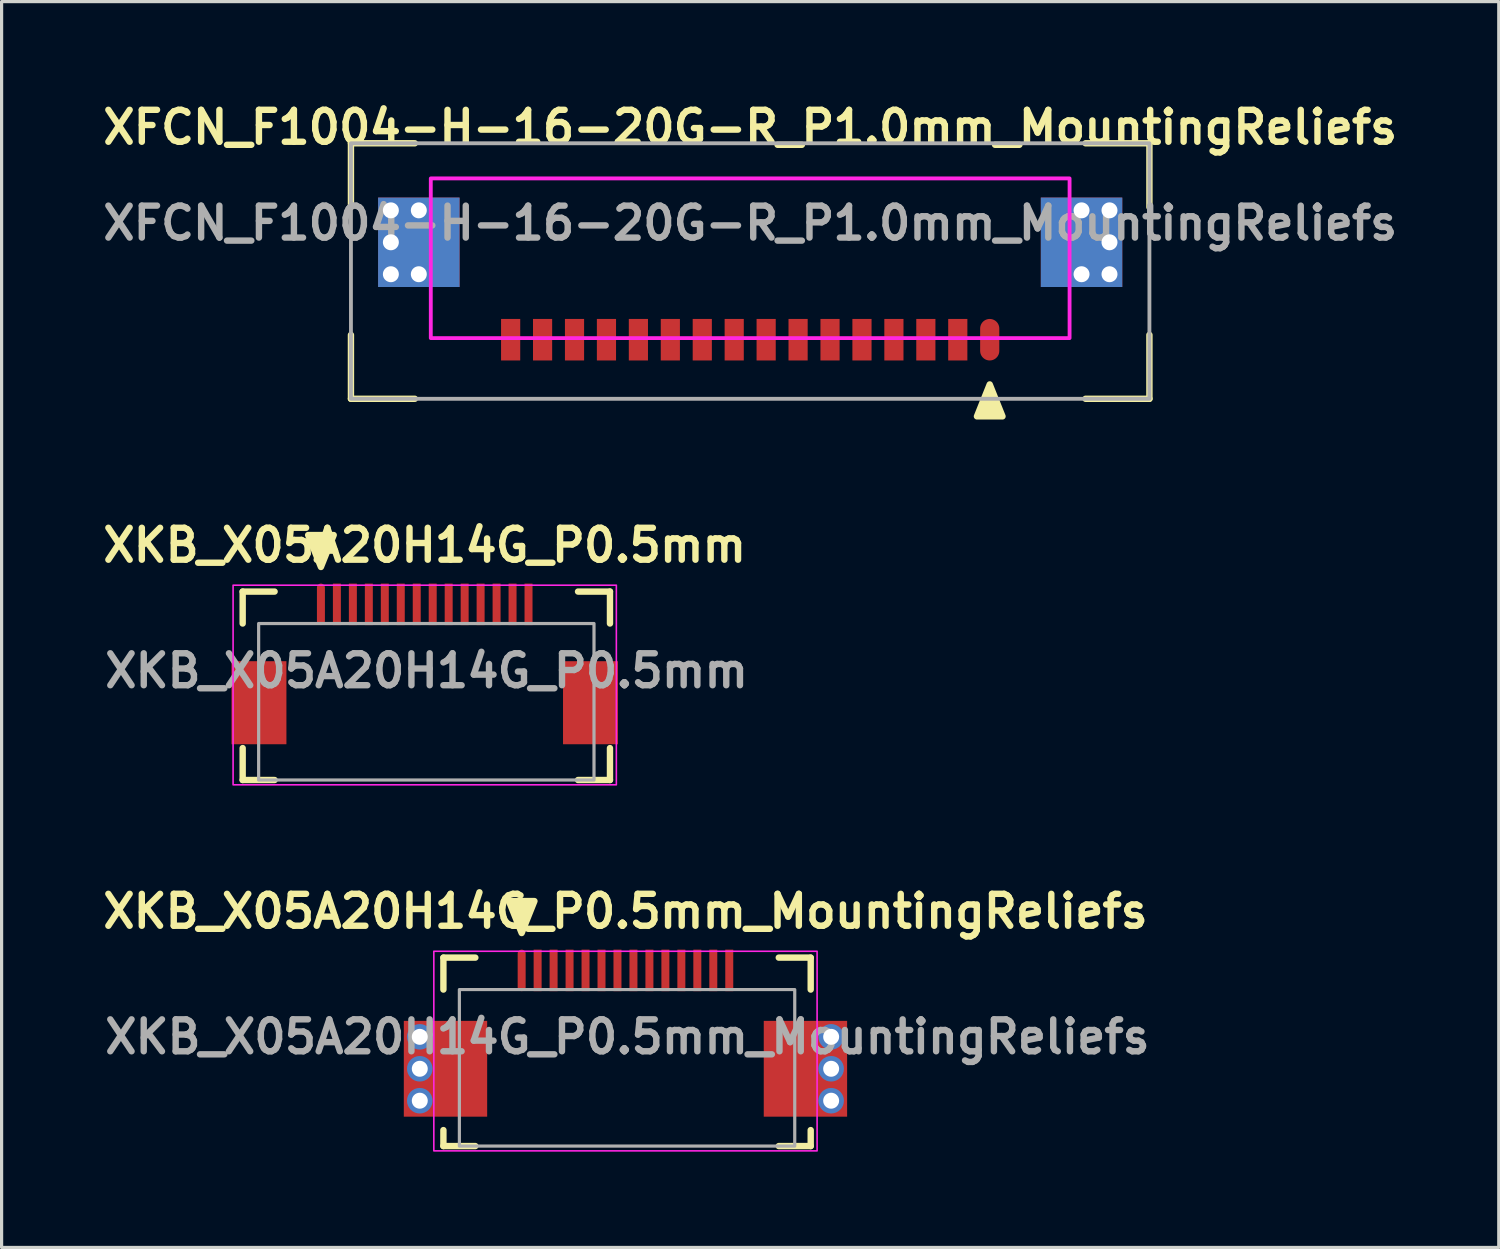
<source format=kicad_pcb>
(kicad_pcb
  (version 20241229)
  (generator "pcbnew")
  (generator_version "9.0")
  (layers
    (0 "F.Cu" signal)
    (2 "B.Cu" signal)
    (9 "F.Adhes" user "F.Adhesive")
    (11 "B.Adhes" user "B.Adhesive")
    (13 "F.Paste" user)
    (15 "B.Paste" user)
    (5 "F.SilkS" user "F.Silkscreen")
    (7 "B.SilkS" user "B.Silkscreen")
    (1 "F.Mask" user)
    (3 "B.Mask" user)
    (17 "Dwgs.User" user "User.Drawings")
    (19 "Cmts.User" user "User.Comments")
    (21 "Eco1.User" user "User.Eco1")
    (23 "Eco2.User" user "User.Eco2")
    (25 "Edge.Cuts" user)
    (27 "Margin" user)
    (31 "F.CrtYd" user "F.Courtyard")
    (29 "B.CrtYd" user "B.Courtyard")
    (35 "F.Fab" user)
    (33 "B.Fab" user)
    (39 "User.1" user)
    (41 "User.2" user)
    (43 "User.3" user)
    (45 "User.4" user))
  (footprint "XKB_X05A20H14G_P0.5mm_MountingReliefs"
    (layer "F.Cu")
    (at 16.533 27.983)
    (property "Reference" "XKB_X05A20H14G_P0.5mm_MountingReliefs" (at 0 -2.5 0) (unlocked yes) (layer "F.SilkS") (effects (font (size 1 1) (thickness 0.2))))
    (attr through_hole)
    (fp_line (start -5.7 -1.05) (end -5.7 -0.05) (stroke (width 0.2) (type default)) (layer "F.SilkS"))
    (fp_line (start -5.7 -1.05) (end -4.7 -1.05) (stroke (width 0.2) (type default)) (layer "F.SilkS"))
    (fp_line (start -5.7 4.85) (end -5.7 4.35) (stroke (width 0.2) (type default)) (layer "F.SilkS"))
    (fp_line (start -5.7 4.85) (end -4.7 4.85) (stroke (width 0.2) (type default)) (layer "F.SilkS"))
    (fp_line (start 5.8 -1.05) (end 4.8 -1.05) (stroke (width 0.2) (type default)) (layer "F.SilkS"))
    (fp_line (start 5.8 -1.05) (end 5.8 -0.05) (stroke (width 0.2) (type default)) (layer "F.SilkS"))
    (fp_line (start 5.8 4.85) (end 4.8 4.85) (stroke (width 0.2) (type default)) (layer "F.SilkS"))
    (fp_line (start 5.8 4.85) (end 5.8 4.35) (stroke (width 0.2) (type default)) (layer "F.SilkS"))
    (fp_poly (pts (xy -3.65 -2.82) (xy -2.85 -2.82) (xy -3.25 -1.82)) (stroke (width 0.2) (type solid)) (fill yes) (layer "F.SilkS"))
    (fp_rect (start -6 -1.25) (end 6 5) (stroke (width 0.05) (type default)) (fill no) (layer "F.CrtYd"))
    (fp_rect (start -5.2 4.85) (end 5.3 -0.05) (stroke (width 0.1) (type default)) (fill no) (layer "F.Fab"))
    (fp_text user "${REFERENCE}" (at 0.06 1.43 0) (unlocked yes) (layer "F.Fab") (effects (font (size 1 1) (thickness 0.2))))
    (pad "1" smd oval (at -3.25 -0.65) (size 0.25 1.3) (layers "F.Cu" "F.Mask" "F.Paste"))
    (pad "2" smd rect (at -2.75 -0.65) (size 0.25 1.3) (layers "F.Cu" "F.Mask" "F.Paste"))
    (pad "3" smd rect (at -2.25 -0.65) (size 0.25 1.3) (layers "F.Cu" "F.Mask" "F.Paste"))
    (pad "4" smd rect (at -1.75 -0.65) (size 0.25 1.3) (layers "F.Cu" "F.Mask" "F.Paste"))
    (pad "5" smd rect (at -1.25 -0.65) (size 0.25 1.3) (layers "F.Cu" "F.Mask" "F.Paste"))
    (pad "6" smd rect (at -0.75 -0.65) (size 0.25 1.3) (layers "F.Cu" "F.Mask" "F.Paste"))
    (pad "7" smd rect (at -0.25 -0.65) (size 0.25 1.3) (layers "F.Cu" "F.Mask" "F.Paste"))
    (pad "8" smd rect (at 0.25 -0.65) (size 0.25 1.3) (layers "F.Cu" "F.Mask" "F.Paste"))
    (pad "9" smd rect (at 0.75 -0.65) (size 0.25 1.3) (layers "F.Cu" "F.Mask" "F.Paste"))
    (pad "10" smd rect (at 1.25 -0.65) (size 0.25 1.3) (layers "F.Cu" "F.Mask" "F.Paste"))
    (pad "11" smd rect (at 1.75 -0.65) (size 0.25 1.3) (layers "F.Cu" "F.Mask" "F.Paste"))
    (pad "12" smd rect (at 2.25 -0.65) (size 0.25 1.3) (layers "F.Cu" "F.Mask" "F.Paste"))
    (pad "13" smd rect (at 2.75 -0.65) (size 0.25 1.3) (layers "F.Cu" "F.Mask" "F.Paste"))
    (pad "14" smd rect (at 3.25 -0.65) (size 0.25 1.3) (layers "F.Cu" "F.Mask" "F.Paste"))
    (pad "MP" thru_hole circle (at -6.44 1.43) (size 0.8 0.8) (drill 0.5) (layers "*.Cu"))
    (pad "MP" thru_hole circle (at -6.44 2.43) (size 0.8 0.8) (drill 0.5) (layers "*.Cu"))
    (pad "MP" thru_hole circle (at -6.44 3.43) (size 0.8 0.8) (drill 0.5) (layers "*.Cu"))
    (pad "MP" smd rect (at -5.635 2.43) (size 2.61 3) (layers "F.Cu" "F.Mask" "F.Paste"))
    (pad "MP" smd rect (at 5.635 2.43) (size 2.61 3) (layers "F.Cu" "F.Mask" "F.Paste"))
    (pad "MP" thru_hole circle (at 6.44 1.43) (size 0.8 0.8) (drill 0.5) (layers "*.Cu"))
    (pad "MP" thru_hole circle (at 6.44 2.43) (size 0.8 0.8) (drill 0.5) (layers "*.Cu"))
    (pad "MP" thru_hole circle (at 6.44 3.43) (size 0.8 0.8) (drill 0.5) (layers "*.Cu")))
  (footprint "XFCN_F1004-H-16-20G-R_P1.0mm_MountingReliefs"
    (layer "F.Cu")
    (at 20.438 6.936)
    (property "Reference" "XFCN_F1004-H-16-20G-R_P1.0mm_MountingReliefs" (at 0 -6 0) (unlocked yes) (layer "F.SilkS") (effects (font (size 1 1) (thickness 0.2))))
    (property "Value" "${VALUE}" (at 0 0 0) (unlocked yes) (layer "F.Fab") (hide yes) (effects (font (size 1 1) (thickness 0.2))))
    (attr smd)
    (fp_line (start -12.5 -5.5) (end -10.5 -5.5) (stroke (width 0.2) (type solid)) (layer "F.SilkS"))
    (fp_line (start -12.5 -3.5) (end -12.5 -5.5) (stroke (width 0.2) (type solid)) (layer "F.SilkS"))
    (fp_line (start -12.5 2.5) (end -12.5 0.5) (stroke (width 0.2) (type solid)) (layer "F.SilkS"))
    (fp_line (start -10.5 2.5) (end -12.5 2.5) (stroke (width 0.2) (type solid)) (layer "F.SilkS"))
    (fp_line (start 10.5 -5.5) (end 12.5 -5.5) (stroke (width 0.2) (type solid)) (layer "F.SilkS"))
    (fp_line (start 12.5 -5.5) (end 12.5 -3.5) (stroke (width 0.2) (type solid)) (layer "F.SilkS"))
    (fp_line (start 12.5 0.5) (end 12.5 2.5) (stroke (width 0.2) (type solid)) (layer "F.SilkS"))
    (fp_line (start 12.5 2.5) (end 10.5 2.5) (stroke (width 0.2) (type solid)) (layer "F.SilkS"))
    (fp_poly (pts (xy 7.9 3.05) (xy 7.1 3.05) (xy 7.5 2.05)) (stroke (width 0.2) (type solid)) (fill yes) (layer "F.SilkS"))
    (fp_rect (start -10 -4.4) (end 10 0.6) (stroke (width 0.12) (type solid)) (fill no) (layer "F.CrtYd"))
    (fp_rect (start -12.5 -5.5) (end 12.5 2.5) (stroke (width 0.12) (type solid)) (fill no) (layer "F.Fab"))
    (fp_text user "${REFERENCE}" (at 0 -3 0) (unlocked yes) (layer "F.Fab") (effects (font (size 1 1) (thickness 0.2))))
    (pad "1" smd oval (at 7.5 0.65 180) (size 0.6 1.3) (layers "F.Cu" "F.Mask" "F.Paste"))
    (pad "2" smd rect (at 6.5 0.65 180) (size 0.6 1.3) (layers "F.Cu" "F.Mask" "F.Paste"))
    (pad "3" smd rect (at 5.5 0.65 180) (size 0.6 1.3) (layers "F.Cu" "F.Mask" "F.Paste"))
    (pad "4" smd rect (at 4.5 0.65 180) (size 0.6 1.3) (layers "F.Cu" "F.Mask" "F.Paste"))
    (pad "5" smd rect (at 3.5 0.65 180) (size 0.6 1.3) (layers "F.Cu" "F.Mask" "F.Paste"))
    (pad "6" smd rect (at 2.5 0.65 180) (size 0.6 1.3) (layers "F.Cu" "F.Mask" "F.Paste"))
    (pad "7" smd rect (at 1.5 0.65 180) (size 0.6 1.3) (layers "F.Cu" "F.Mask" "F.Paste"))
    (pad "8" smd rect (at 0.5 0.65 180) (size 0.6 1.3) (layers "F.Cu" "F.Mask" "F.Paste"))
    (pad "9" smd rect (at -0.5 0.65 180) (size 0.6 1.3) (layers "F.Cu" "F.Mask" "F.Paste"))
    (pad "10" smd rect (at -1.5 0.65 180) (size 0.6 1.3) (layers "F.Cu" "F.Mask" "F.Paste"))
    (pad "11" smd rect (at -2.5 0.65 180) (size 0.6 1.3) (layers "F.Cu" "F.Mask" "F.Paste"))
    (pad "12" smd rect (at -3.5 0.65 180) (size 0.6 1.3) (layers "F.Cu" "F.Mask" "F.Paste"))
    (pad "13" smd rect (at -4.5 0.65 180) (size 0.6 1.3) (layers "F.Cu" "F.Mask" "F.Paste"))
    (pad "14" smd rect (at -5.5 0.65 180) (size 0.6 1.3) (layers "F.Cu" "F.Mask" "F.Paste"))
    (pad "15" smd rect (at -6.5 0.65 180) (size 0.6 1.3) (layers "F.Cu" "F.Mask" "F.Paste"))
    (pad "16" smd rect (at -7.5 0.65 180) (size 0.6 1.3) (layers "F.Cu" "F.Mask" "F.Paste"))
    (pad "MP" thru_hole circle (at -11.25 -3.4) (size 0.6 0.6) (drill 0.5) (layers "*.Cu" "F.Mask"))
    (pad "MP" thru_hole circle (at -11.25 -2.4) (size 0.6 0.6) (drill 0.5) (layers "*.Cu" "F.Mask"))
    (pad "MP" thru_hole circle (at -11.25 -1.4) (size 0.6 0.6) (drill 0.5) (layers "*.Cu" "F.Mask"))
    (pad "MP" thru_hole circle (at -10.375 -3.4) (size 0.6 0.6) (drill 0.5) (layers "*.Cu" "F.Mask"))
    (pad "MP" smd rect (at -10.375 -2.4) (size 2.55 2.8) (layers "F.Cu" "F.Mask" "F.Paste"))
    (pad "MP" smd rect (at -10.375 -2.4) (size 2.55 2.8) (layers "B.Cu"))
    (pad "MP" thru_hole circle (at -10.375 -1.4) (size 0.6 0.6) (drill 0.5) (layers "*.Cu" "F.Mask"))
    (pad "MP" thru_hole circle (at 10.375 -3.4) (size 0.6 0.6) (drill 0.5) (layers "*.Cu" "F.Mask"))
    (pad "MP" smd rect (at 10.375 -2.4) (size 2.55 2.8) (layers "F.Cu" "F.Mask" "F.Paste"))
    (pad "MP" smd rect (at 10.375 -2.4) (size 2.55 2.8) (layers "B.Cu"))
    (pad "MP" thru_hole circle (at 10.375 -1.4) (size 0.6 0.6) (drill 0.5) (layers "*.Cu" "F.Mask"))
    (pad "MP" thru_hole circle (at 11.25 -3.4) (size 0.6 0.6) (drill 0.5) (layers "*.Cu" "F.Mask"))
    (pad "MP" thru_hole circle (at 11.25 -2.4) (size 0.6 0.6) (drill 0.5) (layers "*.Cu" "F.Mask"))
    (pad "MP" thru_hole circle (at 11.25 -1.4) (size 0.6 0.6) (drill 0.5) (layers "*.Cu" "F.Mask")))
  (footprint "XKB_X05A20H14G_P0.5mm"
    (layer "F.Cu")
    (at 10.248 16.522)
    (property "Reference" "XKB_X05A20H14G_P0.5mm" (at 0 -2.5 0) (unlocked yes) (layer "F.SilkS") (effects (font (size 1 1) (thickness 0.2))))
    (attr through_hole)
    (fp_line (start -5.7 -1.05) (end -5.7 -0.05) (stroke (width 0.2) (type default)) (layer "F.SilkS"))
    (fp_line (start -5.7 -1.05) (end -4.7 -1.05) (stroke (width 0.2) (type default)) (layer "F.SilkS"))
    (fp_line (start -5.7 4.85) (end -5.7 3.85) (stroke (width 0.2) (type default)) (layer "F.SilkS"))
    (fp_line (start -5.7 4.85) (end -4.7 4.85) (stroke (width 0.2) (type default)) (layer "F.SilkS"))
    (fp_line (start 5.8 -1.05) (end 4.8 -1.05) (stroke (width 0.2) (type default)) (layer "F.SilkS"))
    (fp_line (start 5.8 -1.05) (end 5.8 -0.05) (stroke (width 0.2) (type default)) (layer "F.SilkS"))
    (fp_line (start 5.8 4.85) (end 4.8 4.85) (stroke (width 0.2) (type default)) (layer "F.SilkS"))
    (fp_line (start 5.8 4.85) (end 5.8 3.85) (stroke (width 0.2) (type default)) (layer "F.SilkS"))
    (fp_poly (pts (xy -3.65 -2.82) (xy -2.85 -2.82) (xy -3.25 -1.82)) (stroke (width 0.2) (type solid)) (fill yes) (layer "F.SilkS"))
    (fp_rect (start -6 -1.25) (end 6 5) (stroke (width 0.05) (type default)) (fill no) (layer "F.CrtYd"))
    (fp_rect (start -5.2 4.85) (end 5.3 -0.05) (stroke (width 0.1) (type default)) (fill no) (layer "F.Fab"))
    (fp_text user "${REFERENCE}" (at 0.06 1.43 0) (unlocked yes) (layer "F.Fab") (effects (font (size 1 1) (thickness 0.2))))
    (pad "1" smd oval (at -3.25 -0.65) (size 0.25 1.3) (layers "F.Cu" "F.Mask" "F.Paste"))
    (pad "2" smd rect (at -2.75 -0.65) (size 0.25 1.3) (layers "F.Cu" "F.Mask" "F.Paste"))
    (pad "3" smd rect (at -2.25 -0.65) (size 0.25 1.3) (layers "F.Cu" "F.Mask" "F.Paste"))
    (pad "4" smd rect (at -1.75 -0.65) (size 0.25 1.3) (layers "F.Cu" "F.Mask" "F.Paste"))
    (pad "5" smd rect (at -1.25 -0.65) (size 0.25 1.3) (layers "F.Cu" "F.Mask" "F.Paste"))
    (pad "6" smd rect (at -0.75 -0.65) (size 0.25 1.3) (layers "F.Cu" "F.Mask" "F.Paste"))
    (pad "7" smd rect (at -0.25 -0.65) (size 0.25 1.3) (layers "F.Cu" "F.Mask" "F.Paste"))
    (pad "8" smd rect (at 0.25 -0.65) (size 0.25 1.3) (layers "F.Cu" "F.Mask" "F.Paste"))
    (pad "9" smd rect (at 0.75 -0.65) (size 0.25 1.3) (layers "F.Cu" "F.Mask" "F.Paste"))
    (pad "10" smd rect (at 1.25 -0.65) (size 0.25 1.3) (layers "F.Cu" "F.Mask" "F.Paste"))
    (pad "11" smd rect (at 1.75 -0.65) (size 0.25 1.3) (layers "F.Cu" "F.Mask" "F.Paste"))
    (pad "12" smd rect (at 2.25 -0.65) (size 0.25 1.3) (layers "F.Cu" "F.Mask" "F.Paste"))
    (pad "13" smd rect (at 2.75 -0.65) (size 0.25 1.3) (layers "F.Cu" "F.Mask" "F.Paste"))
    (pad "14" smd rect (at 3.25 -0.65) (size 0.25 1.3) (layers "F.Cu" "F.Mask" "F.Paste"))
    (pad "MP" smd rect (at -5.19 2.43) (size 1.72 2.6) (layers "F.Cu" "F.Mask" "F.Paste"))
    (pad "MP" smd rect (at 5.19 2.43) (size 1.72 2.6) (layers "F.Cu" "F.Mask" "F.Paste")))
  (gr_rect
    (start -3 -3)
    (end 43.876 36.008)
    (stroke (width 0.1) (type default))
    (fill no)
    (layer "Edge.Cuts")))
</source>
